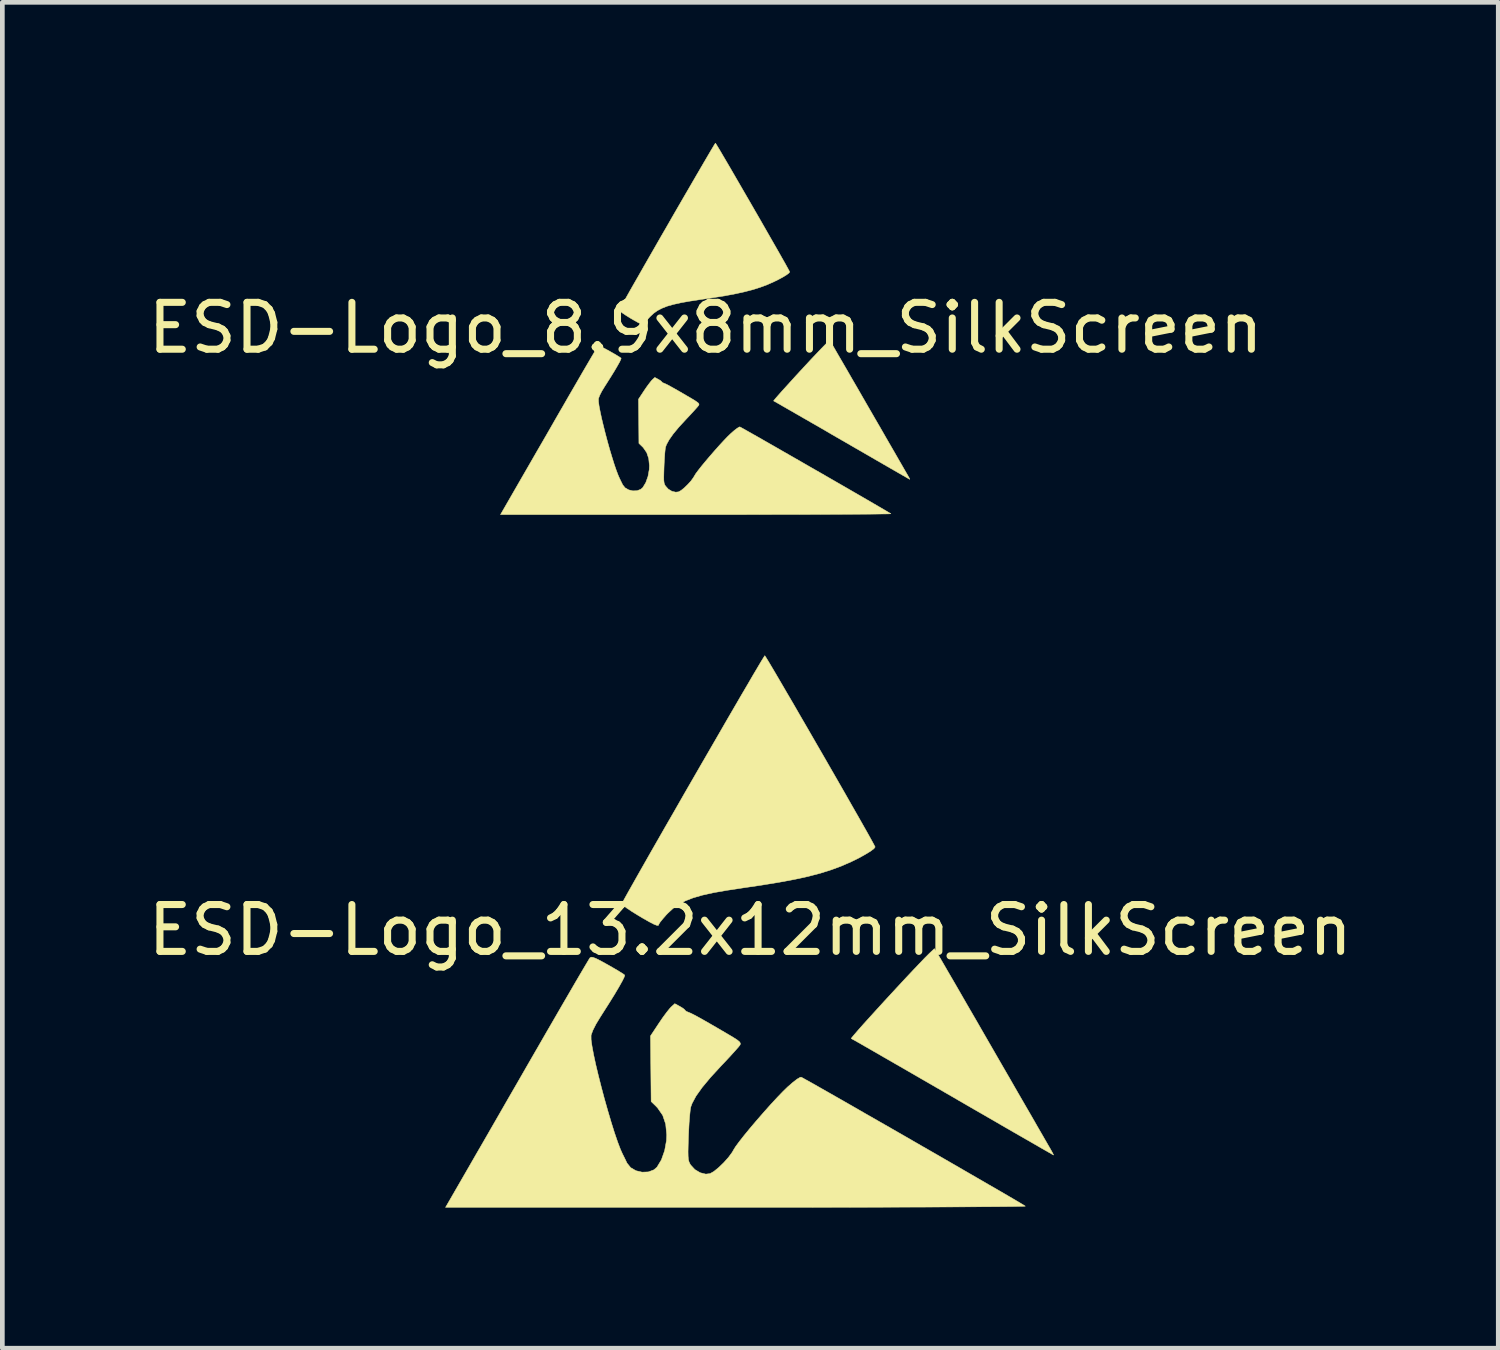
<source format=kicad_pcb>
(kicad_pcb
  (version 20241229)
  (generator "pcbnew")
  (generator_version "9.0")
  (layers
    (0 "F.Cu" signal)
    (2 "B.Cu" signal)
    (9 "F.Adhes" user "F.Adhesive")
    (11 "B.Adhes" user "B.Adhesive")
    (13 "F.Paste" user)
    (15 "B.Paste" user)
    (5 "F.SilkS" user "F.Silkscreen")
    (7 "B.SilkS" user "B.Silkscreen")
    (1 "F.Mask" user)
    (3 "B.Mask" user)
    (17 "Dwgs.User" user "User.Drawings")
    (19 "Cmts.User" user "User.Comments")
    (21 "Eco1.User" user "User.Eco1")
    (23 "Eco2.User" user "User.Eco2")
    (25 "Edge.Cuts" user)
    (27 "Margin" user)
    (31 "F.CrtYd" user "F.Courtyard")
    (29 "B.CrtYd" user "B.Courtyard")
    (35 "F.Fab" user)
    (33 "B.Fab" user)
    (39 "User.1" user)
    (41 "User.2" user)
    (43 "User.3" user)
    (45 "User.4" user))
  (footprint "ESD-Logo_13.2x12mm_SilkScreen"
    (layer "F.Cu")
    (at 12.958 16.794)
    (property "Reference" "ESD-Logo_13.2x12mm_SilkScreen" (at 0 0 0) (layer "F.SilkS") (effects (font (size 1 1) (thickness 0.15))))
    (attr exclude_from_pos_files exclude_from_bom allow_missing_courtyard)
    (fp_poly (pts (xy 3.975 0.469) (xy 3.998 0.507) (xy 4.049 0.595) (xy 4.126 0.727) (xy 4.226 0.9) (xy 4.348 1.109) (xy 4.487 1.35) (xy 4.642 1.619) (xy 4.811 1.91) (xy 4.99 2.221) (xy 5.174 2.54) (xy 5.362 2.866) (xy 5.543 3.179) (xy 5.713 3.475) (xy 5.871 3.748) (xy 6.014 3.995) (xy 6.138 4.211) (xy 6.242 4.391) (xy 6.322 4.53) (xy 6.377 4.625) (xy 6.403 4.67) (xy 6.445 4.745) (xy 6.468 4.792) (xy 6.469 4.8) (xy 6.441 4.784) (xy 6.364 4.74) (xy 6.241 4.67) (xy 6.077 4.575) (xy 5.875 4.459) (xy 5.64 4.324) (xy 5.375 4.171) (xy 5.085 4.003) (xy 4.774 3.824) (xy 4.446 3.634) (xy 4.321 3.561) (xy 3.987 3.368) (xy 3.668 3.184) (xy 3.369 3.011) (xy 3.093 2.852) (xy 2.844 2.709) (xy 2.628 2.584) (xy 2.447 2.48) (xy 2.306 2.399) (xy 2.208 2.344) (xy 2.159 2.317) (xy 2.154 2.314) (xy 2.169 2.29) (xy 2.221 2.228) (xy 2.305 2.131) (xy 2.415 2.007) (xy 2.547 1.861) (xy 2.694 1.699) (xy 2.852 1.526) (xy 3.015 1.349) (xy 3.179 1.172) (xy 3.336 1.003) (xy 3.483 0.847) (xy 3.614 0.709) (xy 3.723 0.595) (xy 3.806 0.512) (xy 3.834 0.485) (xy 3.928 0.396) (xy 3.975 0.469)) (stroke (width 0.01) (type solid)) (fill yes) (layer "F.SilkS"))
    (fp_poly (pts (xy 0.328 -5.828) (xy 0.374 -5.754) (xy 0.445 -5.635) (xy 0.538 -5.478) (xy 0.65 -5.287) (xy 0.778 -5.067) (xy 0.92 -4.825) (xy 1.071 -4.563) (xy 1.231 -4.288) (xy 1.394 -4.005) (xy 1.56 -3.718) (xy 1.724 -3.433) (xy 1.884 -3.155) (xy 2.037 -2.888) (xy 2.179 -2.638) (xy 2.309 -2.411) (xy 2.423 -2.21) (xy 2.519 -2.04) (xy 2.592 -1.908) (xy 2.641 -1.818) (xy 2.663 -1.775) (xy 2.664 -1.773) (xy 2.637 -1.736) (xy 2.562 -1.68) (xy 2.448 -1.611) (xy 2.305 -1.532) (xy 2.154 -1.458) (xy 1.949 -1.368) (xy 1.734 -1.288) (xy 1.5 -1.214) (xy 1.241 -1.146) (xy 0.949 -1.082) (xy 0.617 -1.02) (xy 0.238 -0.958) (xy -0.155 -0.9) (xy -0.496 -0.848) (xy -0.783 -0.798) (xy -1.022 -0.745) (xy -1.221 -0.687) (xy -1.386 -0.623) (xy -1.526 -0.549) (xy -1.647 -0.463) (xy -1.756 -0.362) (xy -1.792 -0.325) (xy -1.868 -0.238) (xy -1.925 -0.167) (xy -1.951 -0.125) (xy -1.951 -0.121) (xy -1.961 -0.1) (xy -1.992 -0.1) (xy -2.053 -0.123) (xy -2.15 -0.173) (xy -2.289 -0.252) (xy -2.385 -0.309) (xy -2.529 -0.398) (xy -2.641 -0.473) (xy -2.713 -0.531) (xy -2.738 -0.565) (xy -2.738 -0.565) (xy -2.722 -0.598) (xy -2.678 -0.679) (xy -2.608 -0.805) (xy -2.515 -0.97) (xy -2.401 -1.172) (xy -2.269 -1.404) (xy -2.122 -1.663) (xy -1.961 -1.944) (xy -1.79 -2.243) (xy -1.61 -2.555) (xy -1.426 -2.877) (xy -1.238 -3.203) (xy -1.05 -3.529) (xy -0.864 -3.85) (xy -0.683 -4.163) (xy -0.51 -4.463) (xy -0.346 -4.745) (xy -0.195 -5.005) (xy -0.058 -5.238) (xy 0.06 -5.441) (xy 0.159 -5.608) (xy 0.235 -5.736) (xy 0.286 -5.819) (xy 0.309 -5.854) (xy 0.31 -5.854) (xy 0.328 -5.828)) (stroke (width 0.01) (type solid)) (fill yes) (layer "F.SilkS"))
    (fp_poly (pts (xy -3.356 0.582) (xy -3.291 0.607) (xy -3.192 0.657) (xy -3.049 0.736) (xy -3.038 0.742) (xy -2.907 0.817) (xy -2.796 0.883) (xy -2.717 0.932) (xy -2.68 0.96) (xy -2.679 0.961) (xy -2.688 0.999) (xy -2.729 1.083) (xy -2.8 1.21) (xy -2.897 1.374) (xy -3.019 1.57) (xy -3.162 1.795) (xy -3.197 1.85) (xy -3.29 2.003) (xy -3.357 2.135) (xy -3.394 2.234) (xy -3.397 2.253) (xy -3.396 2.339) (xy -3.377 2.474) (xy -3.344 2.652) (xy -3.299 2.862) (xy -3.243 3.096) (xy -3.18 3.345) (xy -3.112 3.601) (xy -3.04 3.855) (xy -2.968 4.098) (xy -2.898 4.322) (xy -2.831 4.518) (xy -2.771 4.676) (xy -2.729 4.77) (xy -2.679 4.87) (xy -2.633 4.966) (xy -2.63 4.972) (xy -2.553 5.068) (xy -2.44 5.134) (xy -2.308 5.165) (xy -2.175 5.16) (xy -2.058 5.116) (xy -1.991 5.059) (xy -1.896 4.901) (xy -1.827 4.705) (xy -1.788 4.49) (xy -1.783 4.368) (xy -1.805 4.14) (xy -1.869 3.951) (xy -1.979 3.793) (xy -2.013 3.757) (xy -2.115 3.658) (xy -2.129 2.259) (xy -1.95 1.989) (xy -1.867 1.867) (xy -1.786 1.757) (xy -1.72 1.675) (xy -1.692 1.644) (xy -1.611 1.57) (xy -1.503 1.628) (xy -1.434 1.67) (xy -1.396 1.703) (xy -1.394 1.709) (xy -1.368 1.733) (xy -1.324 1.752) (xy -1.282 1.769) (xy -1.217 1.8) (xy -1.123 1.85) (xy -0.996 1.921) (xy -0.83 2.016) (xy -0.619 2.139) (xy -0.504 2.206) (xy -0.369 2.286) (xy -0.28 2.343) (xy -0.23 2.384) (xy -0.211 2.415) (xy -0.215 2.443) (xy -0.218 2.45) (xy -0.249 2.491) (xy -0.316 2.567) (xy -0.41 2.671) (xy -0.524 2.794) (xy -0.623 2.898) (xy -0.85 3.145) (xy -1.028 3.359) (xy -1.158 3.542) (xy -1.241 3.697) (xy -1.27 3.776) (xy -1.281 3.844) (xy -1.293 3.962) (xy -1.305 4.114) (xy -1.314 4.288) (xy -1.319 4.399) (xy -1.325 4.589) (xy -1.328 4.728) (xy -1.326 4.827) (xy -1.32 4.896) (xy -1.307 4.945) (xy -1.287 4.987) (xy -1.272 5.012) (xy -1.183 5.109) (xy -1.069 5.177) (xy -0.949 5.207) (xy -0.858 5.196) (xy -0.777 5.15) (xy -0.675 5.067) (xy -0.566 4.962) (xy -0.465 4.849) (xy -0.387 4.743) (xy -0.358 4.692) (xy -0.315 4.622) (xy -0.236 4.515) (xy -0.13 4.38) (xy -0.002 4.224) (xy 0.139 4.058) (xy 0.288 3.887) (xy 0.435 3.722) (xy 0.575 3.571) (xy 0.7 3.441) (xy 0.799 3.345) (xy 0.908 3.25) (xy 0.999 3.18) (xy 1.064 3.142) (xy 1.085 3.138) (xy 1.118 3.155) (xy 1.199 3.2) (xy 1.325 3.27) (xy 1.49 3.364) (xy 1.691 3.478) (xy 1.921 3.609) (xy 2.176 3.755) (xy 2.452 3.914) (xy 2.744 4.081) (xy 3.048 4.255) (xy 3.358 4.433) (xy 3.669 4.613) (xy 3.978 4.79) (xy 4.279 4.964) (xy 4.568 5.131) (xy 4.839 5.288) (xy 5.089 5.433) (xy 5.313 5.562) (xy 5.505 5.674) (xy 5.662 5.766) (xy 5.777 5.834) (xy 5.848 5.877) (xy 5.868 5.89) (xy 5.841 5.893) (xy 5.754 5.895) (xy 5.611 5.898) (xy 5.415 5.9) (xy 5.169 5.902) (xy 4.875 5.904) (xy 4.536 5.906) (xy 4.156 5.908) (xy 3.736 5.91) (xy 3.281 5.911) (xy 2.792 5.913) (xy 2.274 5.914) (xy 1.728 5.915) (xy 1.157 5.916) (xy 0.565 5.916) (xy -0.046 5.916) (xy -0.302 5.916) (xy -6.502 5.916) (xy -6.06 5.15) (xy -5.966 4.987) (xy -5.846 4.778) (xy -5.702 4.53) (xy -5.54 4.248) (xy -5.363 3.941) (xy -5.176 3.615) (xy -4.981 3.278) (xy -4.784 2.935) (xy -4.588 2.595) (xy -4.538 2.509) (xy -4.358 2.196) (xy -4.185 1.898) (xy -4.024 1.619) (xy -3.876 1.365) (xy -3.745 1.139) (xy -3.632 0.946) (xy -3.54 0.79) (xy -3.473 0.677) (xy -3.432 0.609) (xy -3.42 0.592) (xy -3.396 0.578) (xy -3.356 0.582)) (stroke (width 0.01) (type solid)) (fill yes) (layer "F.SilkS")))
  (footprint "ESD-Logo_8.9x8mm_SilkScreen"
    (layer "F.Cu")
    (at 12.006 3.946)
    (property "Reference" "ESD-Logo_8.9x8mm_SilkScreen" (at 0 0 0) (layer "F.SilkS") (effects (font (size 1 1) (thickness 0.15))))
    (attr exclude_from_pos_files exclude_from_bom allow_missing_courtyard)
    (fp_poly (pts (xy 2.676 0.316) (xy 2.691 0.342) (xy 2.726 0.4) (xy 2.778 0.49) (xy 2.845 0.606) (xy 2.927 0.747) (xy 3.021 0.909) (xy 3.125 1.09) (xy 3.239 1.286) (xy 3.359 1.495) (xy 3.483 1.71) (xy 3.61 1.93) (xy 3.732 2.14) (xy 3.846 2.339) (xy 3.953 2.524) (xy 4.049 2.69) (xy 4.132 2.835) (xy 4.202 2.956) (xy 4.256 3.05) (xy 4.293 3.114) (xy 4.311 3.144) (xy 4.339 3.194) (xy 4.354 3.226) (xy 4.355 3.231) (xy 4.336 3.221) (xy 4.284 3.191) (xy 4.202 3.144) (xy 4.091 3.08) (xy 3.955 3.002) (xy 3.797 2.911) (xy 3.619 2.808) (xy 3.424 2.695) (xy 3.214 2.574) (xy 2.993 2.446) (xy 2.909 2.398) (xy 2.684 2.268) (xy 2.47 2.143) (xy 2.268 2.027) (xy 2.082 1.92) (xy 1.915 1.824) (xy 1.769 1.74) (xy 1.647 1.67) (xy 1.552 1.615) (xy 1.487 1.578) (xy 1.454 1.56) (xy 1.45 1.558) (xy 1.46 1.542) (xy 1.495 1.5) (xy 1.552 1.435) (xy 1.626 1.351) (xy 1.715 1.253) (xy 1.814 1.144) (xy 1.92 1.027) (xy 2.03 0.908) (xy 2.14 0.789) (xy 2.246 0.675) (xy 2.345 0.57) (xy 2.433 0.477) (xy 2.507 0.401) (xy 2.562 0.345) (xy 2.581 0.326) (xy 2.645 0.267) (xy 2.676 0.316)) (stroke (width 0.01) (type solid)) (fill yes) (layer "F.SilkS"))
    (fp_poly (pts (xy 0.221 -3.924) (xy 0.252 -3.873) (xy 0.3 -3.794) (xy 0.362 -3.688) (xy 0.438 -3.559) (xy 0.524 -3.412) (xy 0.619 -3.248) (xy 0.721 -3.072) (xy 0.828 -2.887) (xy 0.939 -2.696) (xy 1.05 -2.503) (xy 1.161 -2.311) (xy 1.268 -2.124) (xy 1.371 -1.944) (xy 1.467 -1.776) (xy 1.555 -1.623) (xy 1.631 -1.488) (xy 1.696 -1.374) (xy 1.745 -1.285) (xy 1.778 -1.224) (xy 1.793 -1.195) (xy 1.793 -1.193) (xy 1.775 -1.169) (xy 1.725 -1.131) (xy 1.648 -1.084) (xy 1.552 -1.032) (xy 1.45 -0.982) (xy 1.312 -0.921) (xy 1.167 -0.867) (xy 1.01 -0.817) (xy 0.836 -0.772) (xy 0.639 -0.728) (xy 0.416 -0.686) (xy 0.16 -0.645) (xy -0.104 -0.606) (xy -0.334 -0.571) (xy -0.527 -0.537) (xy -0.688 -0.501) (xy -0.822 -0.463) (xy -0.933 -0.419) (xy -1.027 -0.37) (xy -1.109 -0.312) (xy -1.182 -0.244) (xy -1.206 -0.219) (xy -1.258 -0.16) (xy -1.296 -0.112) (xy -1.313 -0.084) (xy -1.314 -0.082) (xy -1.32 -0.068) (xy -1.341 -0.067) (xy -1.382 -0.083) (xy -1.447 -0.117) (xy -1.541 -0.17) (xy -1.606 -0.208) (xy -1.702 -0.268) (xy -1.778 -0.319) (xy -1.826 -0.358) (xy -1.843 -0.381) (xy -1.843 -0.381) (xy -1.833 -0.403) (xy -1.803 -0.457) (xy -1.756 -0.542) (xy -1.693 -0.653) (xy -1.617 -0.789) (xy -1.528 -0.945) (xy -1.428 -1.119) (xy -1.32 -1.309) (xy -1.205 -1.51) (xy -1.084 -1.72) (xy -0.96 -1.937) (xy -0.833 -2.156) (xy -0.707 -2.376) (xy -0.582 -2.592) (xy -0.46 -2.803) (xy -0.343 -3.004) (xy -0.233 -3.194) (xy -0.131 -3.369) (xy -0.039 -3.527) (xy 0.041 -3.663) (xy 0.107 -3.776) (xy 0.158 -3.861) (xy 0.192 -3.918) (xy 0.208 -3.941) (xy 0.209 -3.941) (xy 0.221 -3.924)) (stroke (width 0.01) (type solid)) (fill yes) (layer "F.SilkS"))
    (fp_poly (pts (xy -2.259 0.392) (xy -2.215 0.409) (xy -2.149 0.443) (xy -2.053 0.495) (xy -2.045 0.5) (xy -1.957 0.55) (xy -1.883 0.594) (xy -1.829 0.628) (xy -1.804 0.646) (xy -1.804 0.647) (xy -1.81 0.672) (xy -1.837 0.729) (xy -1.885 0.814) (xy -1.95 0.925) (xy -2.032 1.057) (xy -2.128 1.209) (xy -2.152 1.246) (xy -2.215 1.349) (xy -2.26 1.437) (xy -2.285 1.504) (xy -2.287 1.517) (xy -2.286 1.574) (xy -2.274 1.666) (xy -2.251 1.785) (xy -2.221 1.927) (xy -2.183 2.084) (xy -2.141 2.252) (xy -2.095 2.425) (xy -2.047 2.596) (xy -1.998 2.759) (xy -1.951 2.91) (xy -1.906 3.041) (xy -1.865 3.148) (xy -1.837 3.211) (xy -1.804 3.279) (xy -1.772 3.344) (xy -1.771 3.347) (xy -1.719 3.412) (xy -1.642 3.456) (xy -1.554 3.477) (xy -1.464 3.474) (xy -1.385 3.444) (xy -1.341 3.406) (xy -1.277 3.3) (xy -1.23 3.167) (xy -1.204 3.023) (xy -1.2 2.94) (xy -1.215 2.787) (xy -1.258 2.66) (xy -1.332 2.553) (xy -1.355 2.53) (xy -1.424 2.463) (xy -1.428 1.992) (xy -1.433 1.521) (xy -1.313 1.339) (xy -1.257 1.257) (xy -1.202 1.183) (xy -1.158 1.127) (xy -1.139 1.107) (xy -1.085 1.057) (xy -1.012 1.096) (xy -0.965 1.124) (xy -0.94 1.146) (xy -0.938 1.15) (xy -0.921 1.167) (xy -0.892 1.179) (xy -0.863 1.191) (xy -0.819 1.212) (xy -0.756 1.246) (xy -0.671 1.293) (xy -0.559 1.357) (xy -0.417 1.44) (xy -0.339 1.485) (xy -0.248 1.539) (xy -0.189 1.578) (xy -0.155 1.605) (xy -0.142 1.626) (xy -0.145 1.645) (xy -0.147 1.649) (xy -0.168 1.677) (xy -0.213 1.728) (xy -0.276 1.798) (xy -0.353 1.881) (xy -0.419 1.951) (xy -0.572 2.117) (xy -0.692 2.262) (xy -0.779 2.385) (xy -0.836 2.489) (xy -0.855 2.542) (xy -0.863 2.588) (xy -0.871 2.667) (xy -0.878 2.77) (xy -0.885 2.887) (xy -0.888 2.961) (xy -0.892 3.089) (xy -0.894 3.183) (xy -0.893 3.25) (xy -0.888 3.296) (xy -0.88 3.329) (xy -0.867 3.357) (xy -0.856 3.374) (xy -0.797 3.44) (xy -0.72 3.486) (xy -0.639 3.505) (xy -0.578 3.498) (xy -0.523 3.467) (xy -0.454 3.411) (xy -0.381 3.34) (xy -0.313 3.265) (xy -0.261 3.193) (xy -0.241 3.159) (xy -0.212 3.111) (xy -0.159 3.04) (xy -0.087 2.948) (xy -0.001 2.844) (xy 0.094 2.732) (xy 0.194 2.617) (xy 0.293 2.506) (xy 0.387 2.404) (xy 0.471 2.316) (xy 0.538 2.252) (xy 0.611 2.188) (xy 0.673 2.141) (xy 0.716 2.115) (xy 0.73 2.112) (xy 0.752 2.124) (xy 0.807 2.154) (xy 0.892 2.202) (xy 1.003 2.265) (xy 1.138 2.341) (xy 1.293 2.43) (xy 1.465 2.528) (xy 1.651 2.635) (xy 1.848 2.748) (xy 2.052 2.865) (xy 2.26 2.985) (xy 2.47 3.105) (xy 2.678 3.225) (xy 2.881 3.342) (xy 3.075 3.454) (xy 3.258 3.56) (xy 3.426 3.657) (xy 3.577 3.745) (xy 3.706 3.82) (xy 3.812 3.882) (xy 3.89 3.928) (xy 3.937 3.956) (xy 3.951 3.965) (xy 3.932 3.967) (xy 3.874 3.969) (xy 3.778 3.97) (xy 3.646 3.972) (xy 3.48 3.974) (xy 3.282 3.975) (xy 3.054 3.976) (xy 2.798 3.978) (xy 2.515 3.979) (xy 2.209 3.98) (xy 1.88 3.981) (xy 1.531 3.981) (xy 1.163 3.982) (xy 0.779 3.983) (xy 0.38 3.983) (xy -0.031 3.983) (xy -0.203 3.983) (xy -4.377 3.983) (xy -4.08 3.467) (xy -4.017 3.358) (xy -3.936 3.217) (xy -3.839 3.049) (xy -3.73 2.86) (xy -3.611 2.653) (xy -3.484 2.434) (xy -3.353 2.207) (xy -3.221 1.976) (xy -3.089 1.747) (xy -3.055 1.689) (xy -2.934 1.478) (xy -2.818 1.278) (xy -2.709 1.09) (xy -2.61 0.919) (xy -2.521 0.767) (xy -2.445 0.637) (xy -2.383 0.532) (xy -2.338 0.456) (xy -2.31 0.41) (xy -2.303 0.399) (xy -2.286 0.389) (xy -2.259 0.392)) (stroke (width 0.01) (type solid)) (fill yes) (layer "F.SilkS")))
  (gr_rect
    (start -3 -3)
    (end 28.917 25.715)
    (stroke (width 0.1) (type default))
    (fill no)
    (layer "Edge.Cuts")))
</source>
